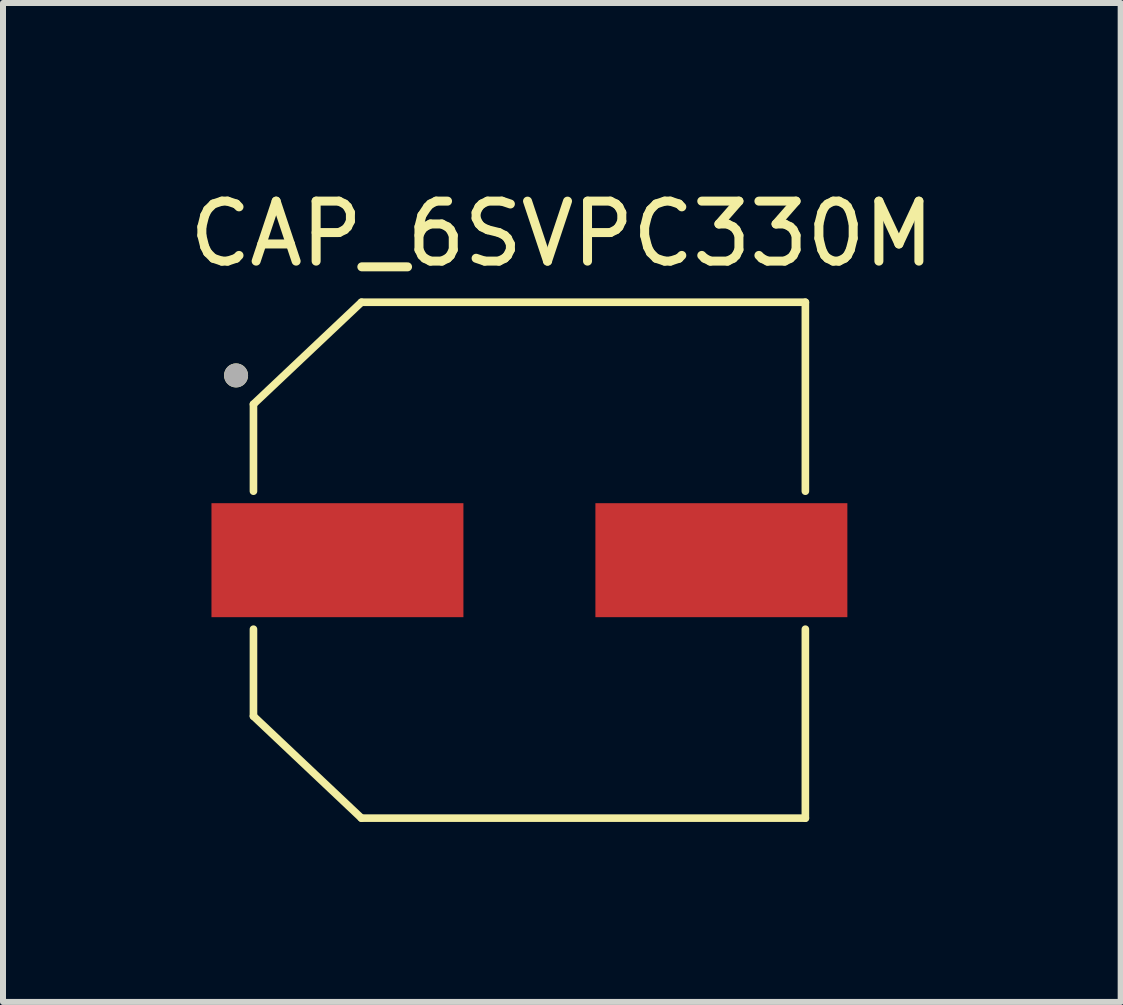
<source format=kicad_pcb>
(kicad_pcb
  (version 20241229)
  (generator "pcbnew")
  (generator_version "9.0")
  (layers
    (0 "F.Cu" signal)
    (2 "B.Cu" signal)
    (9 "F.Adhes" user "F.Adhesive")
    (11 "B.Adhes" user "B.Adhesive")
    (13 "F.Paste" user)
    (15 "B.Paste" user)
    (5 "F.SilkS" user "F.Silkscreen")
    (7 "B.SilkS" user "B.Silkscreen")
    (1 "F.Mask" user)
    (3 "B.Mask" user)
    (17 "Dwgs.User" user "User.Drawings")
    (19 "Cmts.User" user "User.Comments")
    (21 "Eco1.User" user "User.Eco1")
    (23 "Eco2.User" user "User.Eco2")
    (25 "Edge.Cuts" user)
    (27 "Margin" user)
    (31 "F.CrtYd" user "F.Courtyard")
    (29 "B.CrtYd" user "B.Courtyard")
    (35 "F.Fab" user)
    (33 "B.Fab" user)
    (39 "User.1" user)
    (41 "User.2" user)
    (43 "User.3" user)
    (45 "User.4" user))
  (footprint "CAP_6SVPC330M"
    (layer "F.Cu")
    (at 5.775 6.288)
    (property "Reference" "CAP_6SVPC330M" (at 0.54 -5.44 0) (layer "F.SilkS") (effects (font (size 1 1) (thickness 0.15))))
    (attr through_hole)
    (fp_line (start -4.6 -2.6) (end -2.8 -4.3) (stroke (width 0.127) (type solid)) (layer "F.SilkS"))
    (fp_line (start -4.6 -1.15) (end -4.6 -2.6) (stroke (width 0.127) (type solid)) (layer "F.SilkS"))
    (fp_line (start -4.6 1.15) (end -4.6 2.6) (stroke (width 0.127) (type solid)) (layer "F.SilkS"))
    (fp_line (start -4.6 2.6) (end -2.8 4.3) (stroke (width 0.127) (type solid)) (layer "F.SilkS"))
    (fp_line (start -2.8 -4.3) (end 4.6 -4.3) (stroke (width 0.127) (type solid)) (layer "F.SilkS"))
    (fp_line (start -2.8 4.3) (end 4.6 4.3) (stroke (width 0.127) (type solid)) (layer "F.SilkS"))
    (fp_line (start 4.6 -4.3) (end 4.6 -1.15) (stroke (width 0.127) (type solid)) (layer "F.SilkS"))
    (fp_line (start 4.6 4.3) (end 4.6 1.15) (stroke (width 0.127) (type solid)) (layer "F.SilkS"))
    (fp_circle (center -4.89 -3.08) (end -4.79 -3.08) (stroke (width 0.2) (type solid)) (fill no) (layer "F.SilkS"))
    (fp_circle (center -4.89 -3.08) (end -4.79 -3.08) (stroke (width 0.2) (type solid)) (fill no) (layer "F.Fab"))
    (pad "1" smd rect (at -3.2 0) (size 4.2 1.9) (layers "F.Cu" "F.Mask" "F.Paste"))
    (pad "2" smd rect (at 3.2 0) (size 4.2 1.9) (layers "F.Cu" "F.Mask" "F.Paste")))
  (gr_rect
    (start -3 -3)
    (end 15.631 13.652)
    (stroke (width 0.1) (type default))
    (fill no)
    (layer "Edge.Cuts")))
</source>
